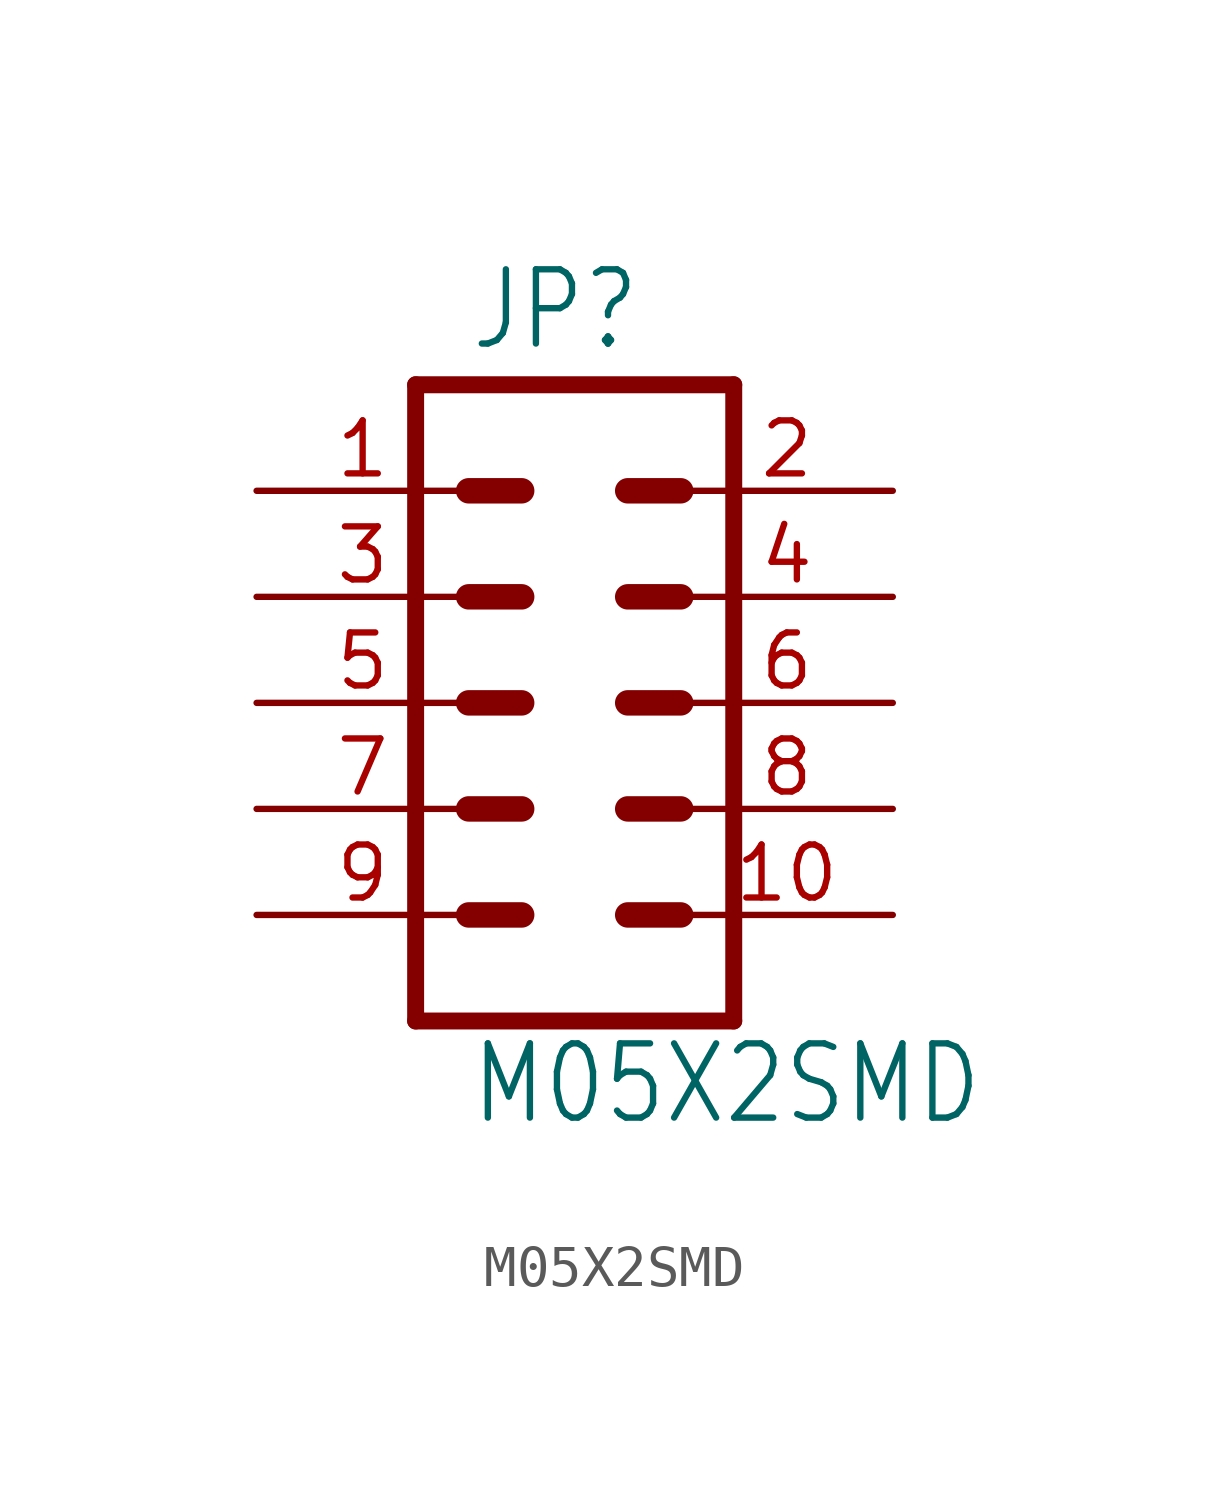
<source format=kicad_sym>
(kicad_symbol_lib
  (version 20211014)
  (generator kicad_symbol_editor)
  (symbol "M05X2SMD"
    (property "Reference" "JP"
      (at -2.54 8.382 0)
      (effects (font (size 1.778 1.511)) (justify left bottom)))
    (property "Value" "M05X2SMD"
      (at -2.54 -10.16 0)
      (effects (font (size 1.778 1.511)) (justify left bottom)))
    (property "ki_locked" ""
      (at 0 0 0)
      (effects (font (size 1.27 1.27))))
    (symbol "M05X2SMD_1_0"
      (polyline (pts (xy -3.81 7.62) (xy -3.81 -7.62)) (stroke (width 0.406) (type default) (color 0 0 0 0)) (fill (type none)))
      (polyline (pts (xy -3.81 7.62) (xy 3.81 7.62)) (stroke (width 0.406) (type default) (color 0 0 0 0)) (fill (type none)))
      (polyline (pts (xy -1.27 -5.08) (xy -2.54 -5.08)) (stroke (width 0.61) (type default) (color 0 0 0 0)) (fill (type none)))
      (polyline (pts (xy -1.27 -2.54) (xy -2.54 -2.54)) (stroke (width 0.61) (type default) (color 0 0 0 0)) (fill (type none)))
      (polyline (pts (xy -1.27 0) (xy -2.54 0)) (stroke (width 0.61) (type default) (color 0 0 0 0)) (fill (type none)))
      (polyline (pts (xy -1.27 2.54) (xy -2.54 2.54)) (stroke (width 0.61) (type default) (color 0 0 0 0)) (fill (type none)))
      (polyline (pts (xy -1.27 5.08) (xy -2.54 5.08)) (stroke (width 0.61) (type default) (color 0 0 0 0)) (fill (type none)))
      (polyline (pts (xy 1.27 -5.08) (xy 2.54 -5.08)) (stroke (width 0.61) (type default) (color 0 0 0 0)) (fill (type none)))
      (polyline (pts (xy 1.27 -2.54) (xy 2.54 -2.54)) (stroke (width 0.61) (type default) (color 0 0 0 0)) (fill (type none)))
      (polyline (pts (xy 1.27 0) (xy 2.54 0)) (stroke (width 0.61) (type default) (color 0 0 0 0)) (fill (type none)))
      (polyline (pts (xy 1.27 2.54) (xy 2.54 2.54)) (stroke (width 0.61) (type default) (color 0 0 0 0)) (fill (type none)))
      (polyline (pts (xy 1.27 5.08) (xy 2.54 5.08)) (stroke (width 0.61) (type default) (color 0 0 0 0)) (fill (type none)))
      (polyline (pts (xy 3.81 -7.62) (xy -3.81 -7.62)) (stroke (width 0.406) (type default) (color 0 0 0 0)) (fill (type none)))
      (polyline (pts (xy 3.81 -7.62) (xy 3.81 7.62)) (stroke (width 0.406) (type default) (color 0 0 0 0)) (fill (type none)))
      (pin passive line (at -7.62 5.08 0) (length 5.08) (name "1" (effects (font (size 0 0)))) (number "1" (effects (font (size 1.27 1.27)))))
      (pin passive line (at 7.62 -5.08 180) (length 5.08) (name "10" (effects (font (size 0 0)))) (number "10" (effects (font (size 1.27 1.27)))))
      (pin passive line (at 7.62 5.08 180) (length 5.08) (name "2" (effects (font (size 0 0)))) (number "2" (effects (font (size 1.27 1.27)))))
      (pin passive line (at -7.62 2.54 0) (length 5.08) (name "3" (effects (font (size 0 0)))) (number "3" (effects (font (size 1.27 1.27)))))
      (pin passive line (at 7.62 2.54 180) (length 5.08) (name "4" (effects (font (size 0 0)))) (number "4" (effects (font (size 1.27 1.27)))))
      (pin passive line (at -7.62 0 0) (length 5.08) (name "5" (effects (font (size 0 0)))) (number "5" (effects (font (size 1.27 1.27)))))
      (pin passive line (at 7.62 0 180) (length 5.08) (name "6" (effects (font (size 0 0)))) (number "6" (effects (font (size 1.27 1.27)))))
      (pin passive line (at -7.62 -2.54 0) (length 5.08) (name "7" (effects (font (size 0 0)))) (number "7" (effects (font (size 1.27 1.27)))))
      (pin passive line (at 7.62 -2.54 180) (length 5.08) (name "8" (effects (font (size 0 0)))) (number "8" (effects (font (size 1.27 1.27)))))
      (pin passive line (at -7.62 -5.08 0) (length 5.08) (name "9" (effects (font (size 0 0)))) (number "9" (effects (font (size 1.27 1.27))))))))
</source>
